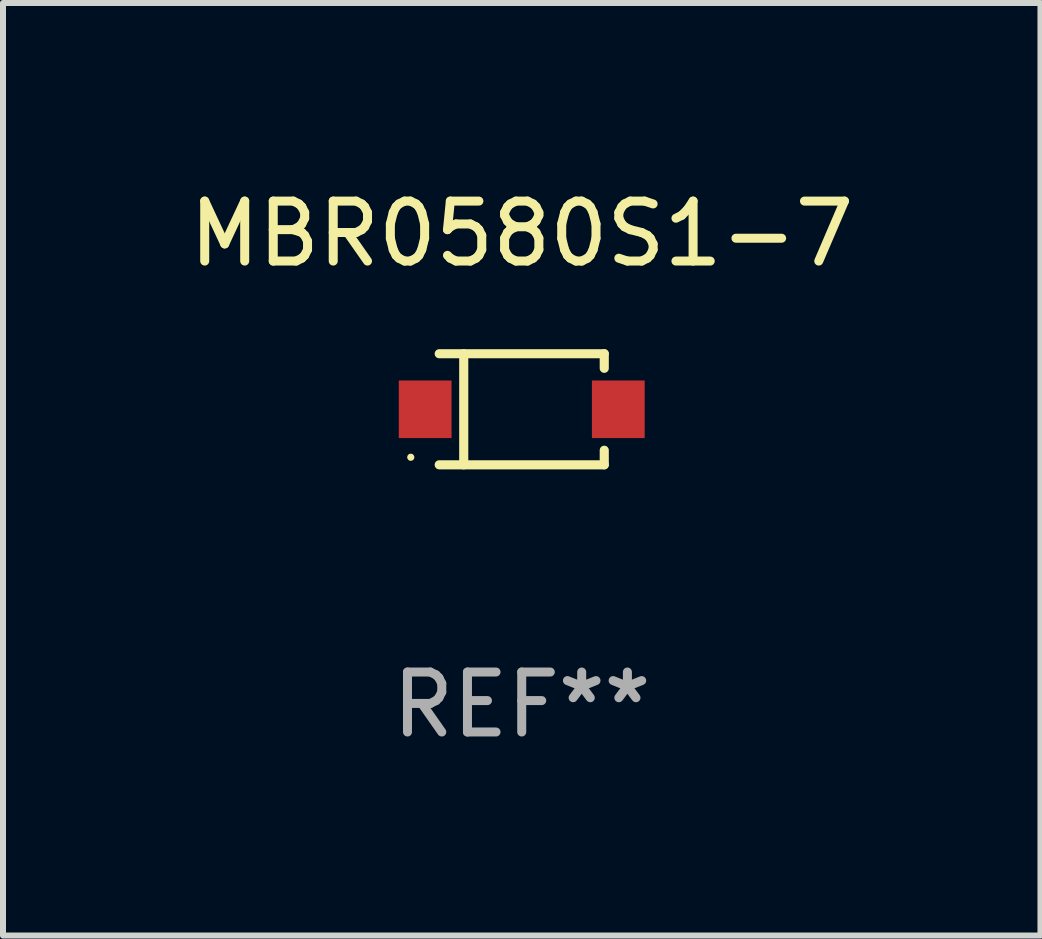
<source format=kicad_pcb>
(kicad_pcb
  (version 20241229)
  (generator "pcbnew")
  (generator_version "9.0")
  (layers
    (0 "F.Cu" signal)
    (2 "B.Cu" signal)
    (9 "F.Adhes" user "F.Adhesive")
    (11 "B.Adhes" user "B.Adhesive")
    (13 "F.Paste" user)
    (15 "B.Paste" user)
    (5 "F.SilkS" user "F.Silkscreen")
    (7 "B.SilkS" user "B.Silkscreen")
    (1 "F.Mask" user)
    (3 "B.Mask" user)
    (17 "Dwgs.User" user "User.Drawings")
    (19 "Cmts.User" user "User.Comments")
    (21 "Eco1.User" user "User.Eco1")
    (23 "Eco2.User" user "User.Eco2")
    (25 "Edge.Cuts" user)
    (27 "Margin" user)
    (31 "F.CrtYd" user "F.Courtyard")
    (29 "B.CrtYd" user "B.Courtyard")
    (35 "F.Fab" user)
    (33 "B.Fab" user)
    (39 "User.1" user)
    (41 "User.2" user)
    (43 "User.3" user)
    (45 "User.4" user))
  (footprint "MBR0580S1-7"
    (layer "F.Cu")
    (at 5.649 3.774)
    (property "Reference" "MBR0580S1-7" (at 0 -2.926 0) (layer "F.SilkS") (effects (font (size 1 1) (thickness 0.15))))
    (attr through_hole)
    (fp_line (start -1.376 -0.926) (end 1.376 -0.926) (stroke (width 0.152) (type solid)) (layer "F.SilkS"))
    (fp_line (start -1.376 0.926) (end 1.376 0.926) (stroke (width 0.152) (type solid)) (layer "F.SilkS"))
    (fp_line (start -0.967 -0.926) (end -0.967 0.926) (stroke (width 0.152) (type solid)) (layer "F.SilkS"))
    (fp_line (start 1.376 -0.926) (end 1.376 -0.683) (stroke (width 0.152) (type solid)) (layer "F.SilkS"))
    (fp_line (start 1.376 0.926) (end 1.376 0.683) (stroke (width 0.152) (type solid)) (layer "F.SilkS"))
    (fp_circle (center -1.85 0.8) (end -1.82 0.8) (stroke (width 0.06) (type solid)) (fill no) (layer "F.SilkS"))
    (fp_text user "REF**" (at 0 4.926 0) (layer "F.Fab") (effects (font (size 1 1) (thickness 0.15))))
    (pad "1" smd rect (at -1.61 0) (size 0.88 0.96) (layers "F.Cu" "F.Mask" "F.Paste"))
    (pad "2" smd rect (at 1.61 0) (size 0.88 0.96) (layers "F.Cu" "F.Mask" "F.Paste")))
  (gr_rect
    (start -3 -3)
    (end 14.298 12.549)
    (stroke (width 0.1) (type default))
    (fill no)
    (layer "Edge.Cuts")))
</source>
